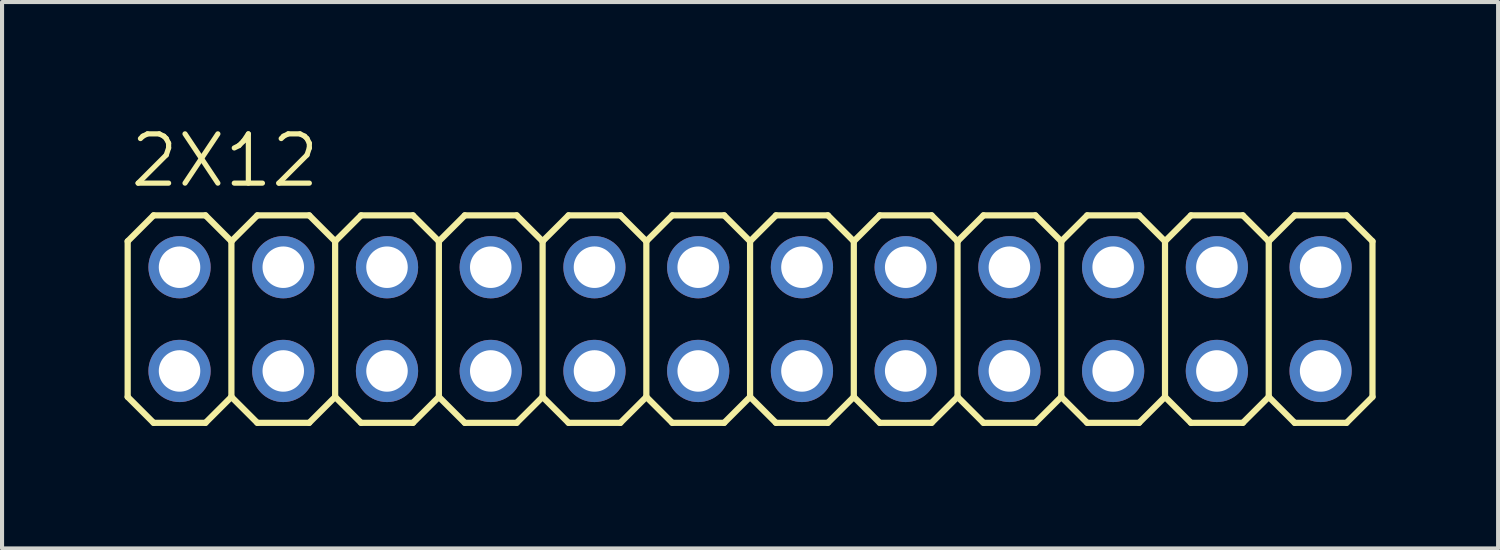
<source format=kicad_pcb>
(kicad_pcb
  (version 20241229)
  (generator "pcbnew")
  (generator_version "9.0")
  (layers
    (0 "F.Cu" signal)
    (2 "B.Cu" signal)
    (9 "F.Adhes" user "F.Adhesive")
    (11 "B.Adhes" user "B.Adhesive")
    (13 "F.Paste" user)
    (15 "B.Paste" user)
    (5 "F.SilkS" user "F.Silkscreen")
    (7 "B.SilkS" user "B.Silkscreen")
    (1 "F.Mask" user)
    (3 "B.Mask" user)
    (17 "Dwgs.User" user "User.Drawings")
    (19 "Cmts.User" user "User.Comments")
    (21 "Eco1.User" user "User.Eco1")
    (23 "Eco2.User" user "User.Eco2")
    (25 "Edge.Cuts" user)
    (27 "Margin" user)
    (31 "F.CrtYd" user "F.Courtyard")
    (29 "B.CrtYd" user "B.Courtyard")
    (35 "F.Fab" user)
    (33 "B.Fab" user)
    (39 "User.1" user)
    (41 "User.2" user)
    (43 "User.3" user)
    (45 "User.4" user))
  (footprint "2X12"
    (layer "F.Cu")
    (at 15.316 4.763)
    (property "Reference" "2X12" (at -15.24 -3.175 0) (layer "F.SilkS") (effects (font (size 1.206 1.206) (thickness 0.127)) (justify left bottom)))
    (attr through_hole)
    (fp_line (start -15.24 -1.905) (end -14.605 -2.54) (stroke (width 0.152) (type solid)) (layer "F.SilkS"))
    (fp_line (start -15.24 1.905) (end -15.24 -1.905) (stroke (width 0.152) (type solid)) (layer "F.SilkS"))
    (fp_line (start -15.24 1.905) (end -14.605 2.54) (stroke (width 0.152) (type solid)) (layer "F.SilkS"))
    (fp_line (start -14.605 -2.54) (end -13.335 -2.54) (stroke (width 0.152) (type solid)) (layer "F.SilkS"))
    (fp_line (start -14.605 2.54) (end -13.335 2.54) (stroke (width 0.152) (type solid)) (layer "F.SilkS"))
    (fp_line (start -13.335 -2.54) (end -12.7 -1.905) (stroke (width 0.152) (type solid)) (layer "F.SilkS"))
    (fp_line (start -13.335 2.54) (end -12.7 1.905) (stroke (width 0.152) (type solid)) (layer "F.SilkS"))
    (fp_line (start -12.7 -1.905) (end -12.7 1.905) (stroke (width 0.152) (type solid)) (layer "F.SilkS"))
    (fp_line (start -12.7 -1.905) (end -12.065 -2.54) (stroke (width 0.152) (type solid)) (layer "F.SilkS"))
    (fp_line (start -12.7 1.905) (end -12.065 2.54) (stroke (width 0.152) (type solid)) (layer "F.SilkS"))
    (fp_line (start -12.065 -2.54) (end -10.795 -2.54) (stroke (width 0.152) (type solid)) (layer "F.SilkS"))
    (fp_line (start -12.065 2.54) (end -10.795 2.54) (stroke (width 0.152) (type solid)) (layer "F.SilkS"))
    (fp_line (start -10.795 -2.54) (end -10.16 -1.905) (stroke (width 0.152) (type solid)) (layer "F.SilkS"))
    (fp_line (start -10.795 2.54) (end -10.16 1.905) (stroke (width 0.152) (type solid)) (layer "F.SilkS"))
    (fp_line (start -10.16 -1.905) (end -10.16 1.905) (stroke (width 0.152) (type solid)) (layer "F.SilkS"))
    (fp_line (start -10.16 -1.905) (end -9.525 -2.54) (stroke (width 0.152) (type solid)) (layer "F.SilkS"))
    (fp_line (start -10.16 1.905) (end -9.525 2.54) (stroke (width 0.152) (type solid)) (layer "F.SilkS"))
    (fp_line (start -9.525 -2.54) (end -8.255 -2.54) (stroke (width 0.152) (type solid)) (layer "F.SilkS"))
    (fp_line (start -9.525 2.54) (end -8.255 2.54) (stroke (width 0.152) (type solid)) (layer "F.SilkS"))
    (fp_line (start -8.255 -2.54) (end -7.62 -1.905) (stroke (width 0.152) (type solid)) (layer "F.SilkS"))
    (fp_line (start -8.255 2.54) (end -7.62 1.905) (stroke (width 0.152) (type solid)) (layer "F.SilkS"))
    (fp_line (start -7.62 -1.905) (end -7.62 1.905) (stroke (width 0.152) (type solid)) (layer "F.SilkS"))
    (fp_line (start -7.62 -1.905) (end -6.985 -2.54) (stroke (width 0.152) (type solid)) (layer "F.SilkS"))
    (fp_line (start -7.62 1.905) (end -6.985 2.54) (stroke (width 0.152) (type solid)) (layer "F.SilkS"))
    (fp_line (start -6.985 -2.54) (end -5.715 -2.54) (stroke (width 0.152) (type solid)) (layer "F.SilkS"))
    (fp_line (start -6.985 2.54) (end -5.715 2.54) (stroke (width 0.152) (type solid)) (layer "F.SilkS"))
    (fp_line (start -5.715 -2.54) (end -5.08 -1.905) (stroke (width 0.152) (type solid)) (layer "F.SilkS"))
    (fp_line (start -5.715 2.54) (end -5.08 1.905) (stroke (width 0.152) (type solid)) (layer "F.SilkS"))
    (fp_line (start -5.08 -1.905) (end -5.08 1.905) (stroke (width 0.152) (type solid)) (layer "F.SilkS"))
    (fp_line (start -5.08 -1.905) (end -4.445 -2.54) (stroke (width 0.152) (type solid)) (layer "F.SilkS"))
    (fp_line (start -5.08 1.905) (end -4.445 2.54) (stroke (width 0.152) (type solid)) (layer "F.SilkS"))
    (fp_line (start -4.445 -2.54) (end -3.175 -2.54) (stroke (width 0.152) (type solid)) (layer "F.SilkS"))
    (fp_line (start -4.445 2.54) (end -3.175 2.54) (stroke (width 0.152) (type solid)) (layer "F.SilkS"))
    (fp_line (start -3.175 -2.54) (end -2.54 -1.905) (stroke (width 0.152) (type solid)) (layer "F.SilkS"))
    (fp_line (start -3.175 2.54) (end -2.54 1.905) (stroke (width 0.152) (type solid)) (layer "F.SilkS"))
    (fp_line (start -2.54 -1.905) (end -2.54 1.905) (stroke (width 0.152) (type solid)) (layer "F.SilkS"))
    (fp_line (start -2.54 -1.905) (end -1.905 -2.54) (stroke (width 0.152) (type solid)) (layer "F.SilkS"))
    (fp_line (start -2.54 1.905) (end -1.905 2.54) (stroke (width 0.152) (type solid)) (layer "F.SilkS"))
    (fp_line (start -1.905 -2.54) (end -0.635 -2.54) (stroke (width 0.152) (type solid)) (layer "F.SilkS"))
    (fp_line (start -1.905 2.54) (end -0.635 2.54) (stroke (width 0.152) (type solid)) (layer "F.SilkS"))
    (fp_line (start -0.635 -2.54) (end 0 -1.905) (stroke (width 0.152) (type solid)) (layer "F.SilkS"))
    (fp_line (start -0.635 2.54) (end 0 1.905) (stroke (width 0.152) (type solid)) (layer "F.SilkS"))
    (fp_line (start 0 -1.905) (end 0 1.905) (stroke (width 0.152) (type solid)) (layer "F.SilkS"))
    (fp_line (start 0 -1.905) (end 0.635 -2.54) (stroke (width 0.152) (type solid)) (layer "F.SilkS"))
    (fp_line (start 0 1.905) (end 0.635 2.54) (stroke (width 0.152) (type solid)) (layer "F.SilkS"))
    (fp_line (start 0.635 -2.54) (end 1.905 -2.54) (stroke (width 0.152) (type solid)) (layer "F.SilkS"))
    (fp_line (start 1.905 -2.54) (end 2.54 -1.905) (stroke (width 0.152) (type solid)) (layer "F.SilkS"))
    (fp_line (start 1.905 2.54) (end 0.635 2.54) (stroke (width 0.152) (type solid)) (layer "F.SilkS"))
    (fp_line (start 2.54 -1.905) (end 2.54 1.905) (stroke (width 0.152) (type solid)) (layer "F.SilkS"))
    (fp_line (start 2.54 -1.905) (end 3.175 -2.54) (stroke (width 0.152) (type solid)) (layer "F.SilkS"))
    (fp_line (start 2.54 1.905) (end 1.905 2.54) (stroke (width 0.152) (type solid)) (layer "F.SilkS"))
    (fp_line (start 2.54 1.905) (end 3.175 2.54) (stroke (width 0.152) (type solid)) (layer "F.SilkS"))
    (fp_line (start 3.175 -2.54) (end 4.445 -2.54) (stroke (width 0.152) (type solid)) (layer "F.SilkS"))
    (fp_line (start 4.445 -2.54) (end 5.08 -1.905) (stroke (width 0.152) (type solid)) (layer "F.SilkS"))
    (fp_line (start 4.445 2.54) (end 3.175 2.54) (stroke (width 0.152) (type solid)) (layer "F.SilkS"))
    (fp_line (start 5.08 -1.905) (end 5.08 1.905) (stroke (width 0.152) (type solid)) (layer "F.SilkS"))
    (fp_line (start 5.08 -1.905) (end 5.715 -2.54) (stroke (width 0.152) (type solid)) (layer "F.SilkS"))
    (fp_line (start 5.08 1.905) (end 4.445 2.54) (stroke (width 0.152) (type solid)) (layer "F.SilkS"))
    (fp_line (start 5.08 1.905) (end 5.715 2.54) (stroke (width 0.152) (type solid)) (layer "F.SilkS"))
    (fp_line (start 5.715 -2.54) (end 6.985 -2.54) (stroke (width 0.152) (type solid)) (layer "F.SilkS"))
    (fp_line (start 6.985 -2.54) (end 7.62 -1.905) (stroke (width 0.152) (type solid)) (layer "F.SilkS"))
    (fp_line (start 6.985 2.54) (end 5.715 2.54) (stroke (width 0.152) (type solid)) (layer "F.SilkS"))
    (fp_line (start 7.62 -1.905) (end 7.62 1.905) (stroke (width 0.152) (type solid)) (layer "F.SilkS"))
    (fp_line (start 7.62 -1.905) (end 8.255 -2.54) (stroke (width 0.152) (type solid)) (layer "F.SilkS"))
    (fp_line (start 7.62 1.905) (end 6.985 2.54) (stroke (width 0.152) (type solid)) (layer "F.SilkS"))
    (fp_line (start 7.62 1.905) (end 8.255 2.54) (stroke (width 0.152) (type solid)) (layer "F.SilkS"))
    (fp_line (start 8.255 -2.54) (end 9.525 -2.54) (stroke (width 0.152) (type solid)) (layer "F.SilkS"))
    (fp_line (start 9.525 -2.54) (end 10.16 -1.905) (stroke (width 0.152) (type solid)) (layer "F.SilkS"))
    (fp_line (start 9.525 2.54) (end 8.255 2.54) (stroke (width 0.152) (type solid)) (layer "F.SilkS"))
    (fp_line (start 10.16 -1.905) (end 10.16 1.905) (stroke (width 0.152) (type solid)) (layer "F.SilkS"))
    (fp_line (start 10.16 -1.905) (end 10.795 -2.54) (stroke (width 0.152) (type solid)) (layer "F.SilkS"))
    (fp_line (start 10.16 1.905) (end 9.525 2.54) (stroke (width 0.152) (type solid)) (layer "F.SilkS"))
    (fp_line (start 10.16 1.905) (end 10.795 2.54) (stroke (width 0.152) (type solid)) (layer "F.SilkS"))
    (fp_line (start 10.795 -2.54) (end 12.065 -2.54) (stroke (width 0.152) (type solid)) (layer "F.SilkS"))
    (fp_line (start 12.065 -2.54) (end 12.7 -1.905) (stroke (width 0.152) (type solid)) (layer "F.SilkS"))
    (fp_line (start 12.065 2.54) (end 10.795 2.54) (stroke (width 0.152) (type solid)) (layer "F.SilkS"))
    (fp_line (start 12.7 -1.905) (end 12.7 1.905) (stroke (width 0.152) (type solid)) (layer "F.SilkS"))
    (fp_line (start 12.7 -1.905) (end 13.335 -2.54) (stroke (width 0.152) (type solid)) (layer "F.SilkS"))
    (fp_line (start 12.7 1.905) (end 12.065 2.54) (stroke (width 0.152) (type solid)) (layer "F.SilkS"))
    (fp_line (start 12.7 1.905) (end 13.335 2.54) (stroke (width 0.152) (type solid)) (layer "F.SilkS"))
    (fp_line (start 13.335 -2.54) (end 14.605 -2.54) (stroke (width 0.152) (type solid)) (layer "F.SilkS"))
    (fp_line (start 14.605 -2.54) (end 15.24 -1.905) (stroke (width 0.152) (type solid)) (layer "F.SilkS"))
    (fp_line (start 14.605 2.54) (end 13.335 2.54) (stroke (width 0.152) (type solid)) (layer "F.SilkS"))
    (fp_line (start 15.24 -1.905) (end 15.24 1.905) (stroke (width 0.152) (type solid)) (layer "F.SilkS"))
    (fp_line (start 15.24 1.905) (end 14.605 2.54) (stroke (width 0.152) (type solid)) (layer "F.SilkS"))
    (fp_poly (pts (xy -14.224 -1.016) (xy -13.716 -1.016) (xy -13.716 -1.524) (xy -14.224 -1.524)) (stroke (width 0.1) (type solid)) (fill no) (layer "F.Fab"))
    (fp_poly (pts (xy -14.224 1.524) (xy -13.716 1.524) (xy -13.716 1.016) (xy -14.224 1.016)) (stroke (width 0.1) (type solid)) (fill no) (layer "F.Fab"))
    (fp_poly (pts (xy -11.684 -1.016) (xy -11.176 -1.016) (xy -11.176 -1.524) (xy -11.684 -1.524)) (stroke (width 0.1) (type solid)) (fill no) (layer "F.Fab"))
    (fp_poly (pts (xy -11.684 1.524) (xy -11.176 1.524) (xy -11.176 1.016) (xy -11.684 1.016)) (stroke (width 0.1) (type solid)) (fill no) (layer "F.Fab"))
    (fp_poly (pts (xy -9.144 -1.016) (xy -8.636 -1.016) (xy -8.636 -1.524) (xy -9.144 -1.524)) (stroke (width 0.1) (type solid)) (fill no) (layer "F.Fab"))
    (fp_poly (pts (xy -9.144 1.524) (xy -8.636 1.524) (xy -8.636 1.016) (xy -9.144 1.016)) (stroke (width 0.1) (type solid)) (fill no) (layer "F.Fab"))
    (fp_poly (pts (xy -6.604 -1.016) (xy -6.096 -1.016) (xy -6.096 -1.524) (xy -6.604 -1.524)) (stroke (width 0.1) (type solid)) (fill no) (layer "F.Fab"))
    (fp_poly (pts (xy -6.604 1.524) (xy -6.096 1.524) (xy -6.096 1.016) (xy -6.604 1.016)) (stroke (width 0.1) (type solid)) (fill no) (layer "F.Fab"))
    (fp_poly (pts (xy -4.064 -1.016) (xy -3.556 -1.016) (xy -3.556 -1.524) (xy -4.064 -1.524)) (stroke (width 0.1) (type solid)) (fill no) (layer "F.Fab"))
    (fp_poly (pts (xy -4.064 1.524) (xy -3.556 1.524) (xy -3.556 1.016) (xy -4.064 1.016)) (stroke (width 0.1) (type solid)) (fill no) (layer "F.Fab"))
    (fp_poly (pts (xy -1.524 -1.016) (xy -1.016 -1.016) (xy -1.016 -1.524) (xy -1.524 -1.524)) (stroke (width 0.1) (type solid)) (fill no) (layer "F.Fab"))
    (fp_poly (pts (xy -1.524 1.524) (xy -1.016 1.524) (xy -1.016 1.016) (xy -1.524 1.016)) (stroke (width 0.1) (type solid)) (fill no) (layer "F.Fab"))
    (fp_poly (pts (xy 1.016 -1.016) (xy 1.524 -1.016) (xy 1.524 -1.524) (xy 1.016 -1.524)) (stroke (width 0.1) (type solid)) (fill no) (layer "F.Fab"))
    (fp_poly (pts (xy 1.016 1.524) (xy 1.524 1.524) (xy 1.524 1.016) (xy 1.016 1.016)) (stroke (width 0.1) (type solid)) (fill no) (layer "F.Fab"))
    (fp_poly (pts (xy 3.556 -1.016) (xy 4.064 -1.016) (xy 4.064 -1.524) (xy 3.556 -1.524)) (stroke (width 0.1) (type solid)) (fill no) (layer "F.Fab"))
    (fp_poly (pts (xy 3.556 1.524) (xy 4.064 1.524) (xy 4.064 1.016) (xy 3.556 1.016)) (stroke (width 0.1) (type solid)) (fill no) (layer "F.Fab"))
    (fp_poly (pts (xy 6.096 -1.016) (xy 6.604 -1.016) (xy 6.604 -1.524) (xy 6.096 -1.524)) (stroke (width 0.1) (type solid)) (fill no) (layer "F.Fab"))
    (fp_poly (pts (xy 6.096 1.524) (xy 6.604 1.524) (xy 6.604 1.016) (xy 6.096 1.016)) (stroke (width 0.1) (type solid)) (fill no) (layer "F.Fab"))
    (fp_poly (pts (xy 8.636 -1.016) (xy 9.144 -1.016) (xy 9.144 -1.524) (xy 8.636 -1.524)) (stroke (width 0.1) (type solid)) (fill no) (layer "F.Fab"))
    (fp_poly (pts (xy 8.636 1.524) (xy 9.144 1.524) (xy 9.144 1.016) (xy 8.636 1.016)) (stroke (width 0.1) (type solid)) (fill no) (layer "F.Fab"))
    (fp_poly (pts (xy 11.176 -1.016) (xy 11.684 -1.016) (xy 11.684 -1.524) (xy 11.176 -1.524)) (stroke (width 0.1) (type solid)) (fill no) (layer "F.Fab"))
    (fp_poly (pts (xy 11.176 1.524) (xy 11.684 1.524) (xy 11.684 1.016) (xy 11.176 1.016)) (stroke (width 0.1) (type solid)) (fill no) (layer "F.Fab"))
    (fp_poly (pts (xy 13.716 -1.016) (xy 14.224 -1.016) (xy 14.224 -1.524) (xy 13.716 -1.524)) (stroke (width 0.1) (type solid)) (fill no) (layer "F.Fab"))
    (fp_poly (pts (xy 13.716 1.524) (xy 14.224 1.524) (xy 14.224 1.016) (xy 13.716 1.016)) (stroke (width 0.1) (type solid)) (fill no) (layer "F.Fab"))
    (pad "1" thru_hole circle (at -13.97 1.27) (size 1.524 1.524) (drill 1.016) (layers "*.Cu" "*.Mask"))
    (pad "2" thru_hole circle (at -13.97 -1.27) (size 1.524 1.524) (drill 1.016) (layers "*.Cu" "*.Mask"))
    (pad "3" thru_hole circle (at -11.43 1.27) (size 1.524 1.524) (drill 1.016) (layers "*.Cu" "*.Mask"))
    (pad "4" thru_hole circle (at -11.43 -1.27) (size 1.524 1.524) (drill 1.016) (layers "*.Cu" "*.Mask"))
    (pad "5" thru_hole circle (at -8.89 1.27) (size 1.524 1.524) (drill 1.016) (layers "*.Cu" "*.Mask"))
    (pad "6" thru_hole circle (at -8.89 -1.27) (size 1.524 1.524) (drill 1.016) (layers "*.Cu" "*.Mask"))
    (pad "7" thru_hole circle (at -6.35 1.27) (size 1.524 1.524) (drill 1.016) (layers "*.Cu" "*.Mask"))
    (pad "8" thru_hole circle (at -6.35 -1.27) (size 1.524 1.524) (drill 1.016) (layers "*.Cu" "*.Mask"))
    (pad "9" thru_hole circle (at -3.81 1.27) (size 1.524 1.524) (drill 1.016) (layers "*.Cu" "*.Mask"))
    (pad "10" thru_hole circle (at -3.81 -1.27) (size 1.524 1.524) (drill 1.016) (layers "*.Cu" "*.Mask"))
    (pad "11" thru_hole circle (at -1.27 1.27) (size 1.524 1.524) (drill 1.016) (layers "*.Cu" "*.Mask"))
    (pad "12" thru_hole circle (at -1.27 -1.27) (size 1.524 1.524) (drill 1.016) (layers "*.Cu" "*.Mask"))
    (pad "13" thru_hole circle (at 1.27 1.27) (size 1.524 1.524) (drill 1.016) (layers "*.Cu" "*.Mask"))
    (pad "14" thru_hole circle (at 1.27 -1.27) (size 1.524 1.524) (drill 1.016) (layers "*.Cu" "*.Mask"))
    (pad "15" thru_hole circle (at 3.81 1.27) (size 1.524 1.524) (drill 1.016) (layers "*.Cu" "*.Mask"))
    (pad "16" thru_hole circle (at 3.81 -1.27) (size 1.524 1.524) (drill 1.016) (layers "*.Cu" "*.Mask"))
    (pad "17" thru_hole circle (at 6.35 1.27) (size 1.524 1.524) (drill 1.016) (layers "*.Cu" "*.Mask"))
    (pad "18" thru_hole circle (at 6.35 -1.27) (size 1.524 1.524) (drill 1.016) (layers "*.Cu" "*.Mask"))
    (pad "19" thru_hole circle (at 8.89 1.27) (size 1.524 1.524) (drill 1.016) (layers "*.Cu" "*.Mask"))
    (pad "20" thru_hole circle (at 8.89 -1.27) (size 1.524 1.524) (drill 1.016) (layers "*.Cu" "*.Mask"))
    (pad "21" thru_hole circle (at 11.43 1.27) (size 1.524 1.524) (drill 1.016) (layers "*.Cu" "*.Mask"))
    (pad "22" thru_hole circle (at 11.43 -1.27) (size 1.524 1.524) (drill 1.016) (layers "*.Cu" "*.Mask"))
    (pad "23" thru_hole circle (at 13.97 1.27) (size 1.524 1.524) (drill 1.016) (layers "*.Cu" "*.Mask"))
    (pad "24" thru_hole circle (at 13.97 -1.27) (size 1.524 1.524) (drill 1.016) (layers "*.Cu" "*.Mask")))
  (gr_rect
    (start -3 -3)
    (end 33.632 10.379)
    (stroke (width 0.1) (type default))
    (fill no)
    (layer "Edge.Cuts")))
</source>
